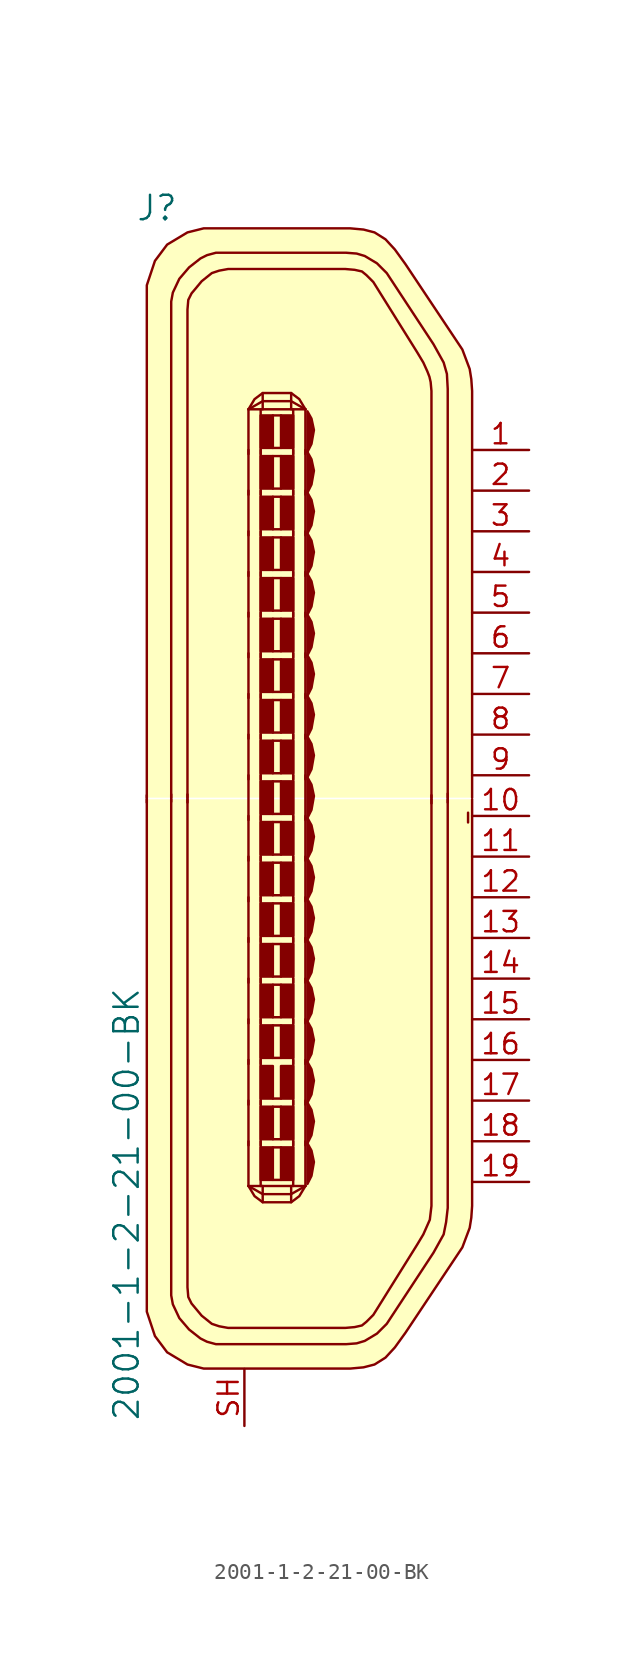
<source format=kicad_sym>
(kicad_symbol_lib
  (version 20201005)
  (generator kicad_symbol_editor)
  (symbol "2001-1-2-21-00-BK"
    (pin_names
      (offset 1.016))
    (property "Reference" "J"
      (at -8.001 37.973 0)
      (effects (font (size 1.524 1.524))))
    (property "Value" "2001-1-2-21-00-BK"
      (at -9.906 -24.257 90)
      (effects (font (size 1.524 1.524))))
    (symbol "2001-1-2-21-00-BK_0_1"
      (rectangle (start -1.524 -20.701) (end -0.762 -22.733) (stroke (width 0)) (fill (type outline)))
      (rectangle (start -1.524 -18.161) (end -0.762 -20.193) (stroke (width 0)) (fill (type outline)))
      (rectangle (start -1.524 -15.621) (end -0.762 -17.653) (stroke (width 0)) (fill (type outline)))
      (rectangle (start -1.524 -13.081) (end -0.762 -15.113) (stroke (width 0)) (fill (type outline)))
      (rectangle (start -1.524 -10.541) (end -0.762 -12.573) (stroke (width 0)) (fill (type outline)))
      (rectangle (start -1.524 -8.001) (end -0.762 -10.033) (stroke (width 0)) (fill (type outline)))
      (rectangle (start -1.524 -5.461) (end -0.762 -7.493) (stroke (width 0)) (fill (type outline)))
      (rectangle (start -1.524 -2.921) (end -0.762 -4.953) (stroke (width 0)) (fill (type outline)))
      (rectangle (start -1.524 -0.381) (end -0.762 -2.413) (stroke (width 0)) (fill (type outline)))
      (rectangle (start -1.524 2.159) (end -0.762 0.127) (stroke (width 0)) (fill (type outline)))
      (rectangle (start -1.524 4.699) (end -0.762 2.667) (stroke (width 0)) (fill (type outline)))
      (rectangle (start -1.524 7.239) (end -0.762 5.207) (stroke (width 0)) (fill (type outline)))
      (rectangle (start -1.524 9.779) (end -0.762 7.747) (stroke (width 0)) (fill (type outline)))
      (rectangle (start -1.524 12.319) (end -0.762 10.287) (stroke (width 0)) (fill (type outline)))
      (rectangle (start -1.524 14.859) (end -0.762 12.827) (stroke (width 0)) (fill (type outline)))
      (rectangle (start -1.524 17.399) (end -0.762 15.367) (stroke (width 0)) (fill (type outline)))
      (rectangle (start -1.524 19.939) (end -0.762 17.907) (stroke (width 0)) (fill (type outline)))
      (rectangle (start -1.524 22.479) (end -0.762 20.447) (stroke (width 0)) (fill (type outline)))
      (rectangle (start -1.524 25.019) (end -0.762 22.987) (stroke (width 0)) (fill (type outline)))
      (rectangle (start 0.508 -20.701) (end -0.254 -22.733) (stroke (width 0)) (fill (type outline)))
      (rectangle (start 0.508 -18.161) (end -0.254 -20.193) (stroke (width 0)) (fill (type outline)))
      (rectangle (start 0.508 -15.621) (end -0.254 -17.653) (stroke (width 0)) (fill (type outline)))
      (rectangle (start 0.508 -13.081) (end -0.254 -15.113) (stroke (width 0)) (fill (type outline)))
      (rectangle (start 0.508 -10.541) (end -0.254 -12.573) (stroke (width 0)) (fill (type outline)))
      (rectangle (start 0.508 -8.001) (end -0.254 -10.033) (stroke (width 0)) (fill (type outline)))
      (rectangle (start 0.508 -5.461) (end -0.254 -7.493) (stroke (width 0)) (fill (type outline)))
      (rectangle (start 0.508 -2.921) (end -0.254 -4.953) (stroke (width 0)) (fill (type outline)))
      (rectangle (start 0.508 -0.381) (end -0.254 -2.413) (stroke (width 0)) (fill (type outline)))
      (rectangle (start 0.508 2.159) (end -0.254 0.127) (stroke (width 0)) (fill (type outline)))
      (rectangle (start 0.508 4.699) (end -0.254 2.667) (stroke (width 0)) (fill (type outline)))
      (rectangle (start 0.508 7.239) (end -0.254 5.207) (stroke (width 0)) (fill (type outline)))
      (rectangle (start 0.508 9.779) (end -0.254 7.747) (stroke (width 0)) (fill (type outline)))
      (rectangle (start 0.508 12.319) (end -0.254 10.287) (stroke (width 0)) (fill (type outline)))
      (rectangle (start 0.508 14.859) (end -0.254 12.827) (stroke (width 0)) (fill (type outline)))
      (rectangle (start 0.508 17.399) (end -0.254 15.367) (stroke (width 0)) (fill (type outline)))
      (rectangle (start 0.508 19.939) (end -0.254 17.907) (stroke (width 0)) (fill (type outline)))
      (rectangle (start 0.508 22.479) (end -0.254 20.447) (stroke (width 0)) (fill (type outline)))
      (rectangle (start 0.508 25.019) (end -0.254 22.987) (stroke (width 0)) (fill (type outline)))
      (polyline (pts (xy -8.636 1.295) (xy -8.636 0.838)) (stroke (width 0)) (fill (type none)))
      (polyline (pts (xy -7.112 1.346) (xy -7.112 0.889)) (stroke (width 0)) (fill (type none)))
      (polyline (pts (xy -6.096 1.346) (xy -6.096 0.838)) (stroke (width 0)) (fill (type none)))
      (polyline (pts (xy -2.286 -23.114) (xy 1.27 -23.114)) (stroke (width 0)) (fill (type none)))
      (polyline (pts (xy -2.286 -20.32) (xy -2.286 -23.114)) (stroke (width 0)) (fill (type none)))
      (polyline (pts (xy -2.286 -17.78) (xy -2.286 -20.574)) (stroke (width 0)) (fill (type none)))
      (polyline (pts (xy -2.286 -15.24) (xy -2.286 -18.034)) (stroke (width 0)) (fill (type none)))
      (polyline (pts (xy -2.286 -12.7) (xy -2.286 -15.494)) (stroke (width 0)) (fill (type none)))
      (polyline (pts (xy -2.286 -10.16) (xy -2.286 -12.954)) (stroke (width 0)) (fill (type none)))
      (polyline (pts (xy -2.286 -7.62) (xy -2.286 -10.414)) (stroke (width 0)) (fill (type none)))
      (polyline (pts (xy -2.286 -5.08) (xy -2.286 -7.874)) (stroke (width 0)) (fill (type none)))
      (polyline (pts (xy -2.286 -2.54) (xy -2.286 -5.334)) (stroke (width 0)) (fill (type none)))
      (polyline (pts (xy -2.286 0) (xy -2.286 -2.794)) (stroke (width 0)) (fill (type none)))
      (polyline (pts (xy -2.286 2.54) (xy -2.286 -0.254)) (stroke (width 0)) (fill (type none)))
      (polyline (pts (xy -2.286 5.08) (xy -2.286 2.286)) (stroke (width 0)) (fill (type none)))
      (polyline (pts (xy -2.286 7.62) (xy -2.286 4.826)) (stroke (width 0)) (fill (type none)))
      (polyline (pts (xy -2.286 10.16) (xy -2.286 7.366)) (stroke (width 0)) (fill (type none)))
      (polyline (pts (xy -2.286 12.7) (xy -2.286 9.906)) (stroke (width 0)) (fill (type none)))
      (polyline (pts (xy -2.286 15.24) (xy -2.286 12.446)) (stroke (width 0)) (fill (type none)))
      (polyline (pts (xy -2.286 17.78) (xy -2.286 14.986)) (stroke (width 0)) (fill (type none)))
      (polyline (pts (xy -2.286 20.32) (xy -2.286 17.526)) (stroke (width 0)) (fill (type none)))
      (polyline (pts (xy -2.286 22.86) (xy -2.286 20.066)) (stroke (width 0)) (fill (type none)))
      (polyline (pts (xy -2.286 25.4) (xy -2.286 22.606)) (stroke (width 0)) (fill (type none)))
      (polyline (pts (xy -2.286 25.4) (xy 1.27 25.4)) (stroke (width 0)) (fill (type none)))
      (polyline (pts (xy -1.524 -20.32) (xy -1.524 -23.114)) (stroke (width 0)) (fill (type none)))
      (polyline (pts (xy -1.524 -17.78) (xy -1.524 -20.574)) (stroke (width 0)) (fill (type none)))
      (polyline (pts (xy -1.524 -15.24) (xy -1.524 -18.034)) (stroke (width 0)) (fill (type none)))
      (polyline (pts (xy -1.524 -12.7) (xy -1.524 -15.494)) (stroke (width 0)) (fill (type none)))
      (polyline (pts (xy -1.524 -10.16) (xy -1.524 -12.954)) (stroke (width 0)) (fill (type none)))
      (polyline (pts (xy -1.524 -7.62) (xy -1.524 -10.414)) (stroke (width 0)) (fill (type none)))
      (polyline (pts (xy -1.524 -5.08) (xy -1.524 -7.874)) (stroke (width 0)) (fill (type none)))
      (polyline (pts (xy -1.524 -2.54) (xy -1.524 -5.334)) (stroke (width 0)) (fill (type none)))
      (polyline (pts (xy -1.524 0) (xy -1.524 -2.794)) (stroke (width 0)) (fill (type none)))
      (polyline (pts (xy -1.524 2.54) (xy -1.524 -0.254)) (stroke (width 0)) (fill (type none)))
      (polyline (pts (xy -1.524 5.08) (xy -1.524 2.286)) (stroke (width 0)) (fill (type none)))
      (polyline (pts (xy -1.524 7.62) (xy -1.524 4.826)) (stroke (width 0)) (fill (type none)))
      (polyline (pts (xy -1.524 10.16) (xy -1.524 7.366)) (stroke (width 0)) (fill (type none)))
      (polyline (pts (xy -1.524 12.7) (xy -1.524 9.906)) (stroke (width 0)) (fill (type none)))
      (polyline (pts (xy -1.524 15.24) (xy -1.524 12.446)) (stroke (width 0)) (fill (type none)))
      (polyline (pts (xy -1.524 17.78) (xy -1.524 14.986)) (stroke (width 0)) (fill (type none)))
      (polyline (pts (xy -1.524 20.32) (xy -1.524 17.526)) (stroke (width 0)) (fill (type none)))
      (polyline (pts (xy -1.524 22.86) (xy -1.524 20.066)) (stroke (width 0)) (fill (type none)))
      (polyline (pts (xy -1.524 25.4) (xy -1.524 22.606)) (stroke (width 0)) (fill (type none)))
      (polyline (pts (xy -1.397 -23.114) (xy -1.397 -24.13)) (stroke (width 0)) (fill (type none)))
      (polyline (pts (xy -1.397 25.4) (xy -1.397 26.416)) (stroke (width 0)) (fill (type none)))
      (polyline (pts (xy -0.762 -22.733) (xy -0.254 -22.733)) (stroke (width 0)) (fill (type none)))
      (polyline (pts (xy -0.762 -20.701) (xy -0.254 -20.701)) (stroke (width 0)) (fill (type none)))
      (polyline (pts (xy -0.762 -20.193) (xy -0.254 -20.193)) (stroke (width 0)) (fill (type none)))
      (polyline (pts (xy -0.762 -18.161) (xy -0.254 -18.161)) (stroke (width 0)) (fill (type none)))
      (polyline (pts (xy -0.762 -17.653) (xy -0.254 -17.653)) (stroke (width 0)) (fill (type none)))
      (polyline (pts (xy -0.762 -15.113) (xy -0.254 -15.113)) (stroke (width 0)) (fill (type none)))
      (polyline (pts (xy -0.762 -13.081) (xy -0.254 -13.081)) (stroke (width 0)) (fill (type none)))
      (polyline (pts (xy -0.762 -12.573) (xy -0.254 -12.573)) (stroke (width 0)) (fill (type none)))
      (polyline (pts (xy -0.762 -10.541) (xy -0.254 -10.541)) (stroke (width 0)) (fill (type none)))
      (polyline (pts (xy -0.762 -10.033) (xy -0.254 -10.033)) (stroke (width 0)) (fill (type none)))
      (polyline (pts (xy -0.762 -8.001) (xy -0.254 -8.001)) (stroke (width 0)) (fill (type none)))
      (polyline (pts (xy -0.762 -7.493) (xy -0.254 -7.493)) (stroke (width 0)) (fill (type none)))
      (polyline (pts (xy -0.762 -5.461) (xy -0.254 -5.461)) (stroke (width 0)) (fill (type none)))
      (polyline (pts (xy -0.762 -4.953) (xy -0.254 -4.953)) (stroke (width 0)) (fill (type none)))
      (polyline (pts (xy -0.762 -2.921) (xy -0.254 -2.921)) (stroke (width 0)) (fill (type none)))
      (polyline (pts (xy -0.762 -2.413) (xy -0.254 -2.413)) (stroke (width 0)) (fill (type none)))
      (polyline (pts (xy -0.762 -0.381) (xy -0.254 -0.381)) (stroke (width 0)) (fill (type none)))
      (polyline (pts (xy -0.762 0.127) (xy -0.254 0.127)) (stroke (width 0)) (fill (type none)))
      (polyline (pts (xy -0.762 2.159) (xy -0.254 2.159)) (stroke (width 0)) (fill (type none)))
      (polyline (pts (xy -0.762 2.667) (xy -0.254 2.667)) (stroke (width 0)) (fill (type none)))
      (polyline (pts (xy -0.762 4.699) (xy -0.254 4.699)) (stroke (width 0)) (fill (type none)))
      (polyline (pts (xy -0.762 5.207) (xy -0.254 5.207)) (stroke (width 0)) (fill (type none)))
      (polyline (pts (xy -0.762 7.239) (xy -0.254 7.239)) (stroke (width 0)) (fill (type none)))
      (polyline (pts (xy -0.762 7.747) (xy -0.254 7.747)) (stroke (width 0)) (fill (type none)))
      (polyline (pts (xy -0.762 9.779) (xy -0.254 9.779)) (stroke (width 0)) (fill (type none)))
      (polyline (pts (xy -0.762 10.287) (xy -0.254 10.287)) (stroke (width 0)) (fill (type none)))
      (polyline (pts (xy -0.762 12.319) (xy -0.254 12.319)) (stroke (width 0)) (fill (type none)))
      (polyline (pts (xy -0.762 12.827) (xy -0.254 12.827)) (stroke (width 0)) (fill (type none)))
      (polyline (pts (xy -0.762 14.859) (xy -0.254 14.859)) (stroke (width 0)) (fill (type none)))
      (polyline (pts (xy -0.762 15.367) (xy -0.254 15.367)) (stroke (width 0)) (fill (type none)))
      (polyline (pts (xy -0.762 17.399) (xy -0.254 17.399)) (stroke (width 0)) (fill (type none)))
      (polyline (pts (xy -0.762 17.907) (xy -0.254 17.907)) (stroke (width 0)) (fill (type none)))
      (polyline (pts (xy -0.762 19.939) (xy -0.254 19.939)) (stroke (width 0)) (fill (type none)))
      (polyline (pts (xy -0.762 20.447) (xy -0.254 20.447)) (stroke (width 0)) (fill (type none)))
      (polyline (pts (xy -0.762 22.479) (xy -0.254 22.479)) (stroke (width 0)) (fill (type none)))
      (polyline (pts (xy -0.762 22.987) (xy -0.254 22.987)) (stroke (width 0)) (fill (type none)))
      (polyline (pts (xy -0.762 25.019) (xy -0.254 25.019)) (stroke (width 0)) (fill (type none)))
      (polyline (pts (xy 0.381 -23.114) (xy 0.381 -24.13)) (stroke (width 0)) (fill (type none)))
      (polyline (pts (xy 0.381 25.4) (xy 0.381 26.416)) (stroke (width 0)) (fill (type none)))
      (polyline (pts (xy 1.27 -20.32) (xy 1.27 -23.114)) (stroke (width 0)) (fill (type none)))
      (polyline (pts (xy 1.27 -17.78) (xy 1.27 -20.574)) (stroke (width 0)) (fill (type none)))
      (polyline (pts (xy 1.27 -15.24) (xy 1.27 -18.034)) (stroke (width 0)) (fill (type none)))
      (polyline (pts (xy 1.27 -12.7) (xy 1.27 -15.494)) (stroke (width 0)) (fill (type none)))
      (polyline (pts (xy 1.27 -10.16) (xy 1.27 -12.954)) (stroke (width 0)) (fill (type none)))
      (polyline (pts (xy 1.27 -7.62) (xy 1.27 -10.414)) (stroke (width 0)) (fill (type none)))
      (polyline (pts (xy 1.27 -5.08) (xy 1.27 -7.874)) (stroke (width 0)) (fill (type none)))
      (polyline (pts (xy 1.27 -2.54) (xy 1.27 -5.334)) (stroke (width 0)) (fill (type none)))
      (polyline (pts (xy 1.27 0) (xy 1.27 -2.794)) (stroke (width 0)) (fill (type none)))
      (polyline (pts (xy 1.27 2.54) (xy 1.27 -0.254)) (stroke (width 0)) (fill (type none)))
      (polyline (pts (xy 1.27 5.08) (xy 1.27 2.286)) (stroke (width 0)) (fill (type none)))
      (polyline (pts (xy 1.27 7.62) (xy 1.27 4.826)) (stroke (width 0)) (fill (type none)))
      (polyline (pts (xy 1.27 10.16) (xy 1.27 7.366)) (stroke (width 0)) (fill (type none)))
      (polyline (pts (xy 1.27 12.7) (xy 1.27 9.906)) (stroke (width 0)) (fill (type none)))
      (polyline (pts (xy 1.27 15.24) (xy 1.27 12.446)) (stroke (width 0)) (fill (type none)))
      (polyline (pts (xy 1.27 17.78) (xy 1.27 14.986)) (stroke (width 0)) (fill (type none)))
      (polyline (pts (xy 1.27 20.32) (xy 1.27 17.526)) (stroke (width 0)) (fill (type none)))
      (polyline (pts (xy 1.27 22.86) (xy 1.27 20.066)) (stroke (width 0)) (fill (type none)))
      (polyline (pts (xy 1.27 25.4) (xy 1.27 22.606)) (stroke (width 0)) (fill (type none)))
      (polyline (pts (xy 9.144 1.295) (xy 9.144 0.787)) (stroke (width 0)) (fill (type none)))
      (polyline (pts (xy 10.16 1.397) (xy 10.16 0.838)) (stroke (width 0)) (fill (type none)))
      (polyline (pts (xy 11.43 0.203) (xy 11.43 -0.406)) (stroke (width 0)) (fill (type none)))
      (polyline (pts (xy 0.508 -20.32) (xy 0.508 -22.733) (xy 0.508 -23.114)) (stroke (width 0)) (fill (type none)))
      (polyline (pts (xy 0.508 -17.78) (xy 0.508 -20.193) (xy 0.508 -20.574)) (stroke (width 0)) (fill (type none)))
      (polyline (pts (xy 0.508 -15.24) (xy 0.508 -17.653) (xy 0.508 -18.034)) (stroke (width 0)) (fill (type none)))
      (polyline (pts (xy 0.508 -12.7) (xy 0.508 -15.113) (xy 0.508 -15.494)) (stroke (width 0)) (fill (type none)))
      (polyline (pts (xy 0.508 -10.16) (xy 0.508 -12.573) (xy 0.508 -12.954)) (stroke (width 0)) (fill (type none)))
      (polyline (pts (xy 0.508 -7.62) (xy 0.508 -10.033) (xy 0.508 -10.414)) (stroke (width 0)) (fill (type none)))
      (polyline (pts (xy 0.508 -5.08) (xy 0.508 -7.493) (xy 0.508 -7.874)) (stroke (width 0)) (fill (type none)))
      (polyline (pts (xy 0.508 -2.54) (xy 0.508 -4.953) (xy 0.508 -5.334)) (stroke (width 0)) (fill (type none)))
      (polyline (pts (xy 0.508 0) (xy 0.508 -2.413) (xy 0.508 -2.794)) (stroke (width 0)) (fill (type none)))
      (polyline (pts (xy 0.508 2.54) (xy 0.508 0.127) (xy 0.508 -0.254)) (stroke (width 0)) (fill (type none)))
      (polyline (pts (xy 0.508 5.08) (xy 0.508 2.667) (xy 0.508 2.286)) (stroke (width 0)) (fill (type none)))
      (polyline (pts (xy 0.508 7.62) (xy 0.508 5.207) (xy 0.508 4.826)) (stroke (width 0)) (fill (type none)))
      (polyline (pts (xy 0.508 10.16) (xy 0.508 7.747) (xy 0.508 7.366)) (stroke (width 0)) (fill (type none)))
      (polyline (pts (xy 0.508 12.7) (xy 0.508 10.287) (xy 0.508 9.906)) (stroke (width 0)) (fill (type none)))
      (polyline (pts (xy 0.508 15.24) (xy 0.508 12.827) (xy 0.508 12.446)) (stroke (width 0)) (fill (type none)))
      (polyline (pts (xy 0.508 17.78) (xy 0.508 15.367) (xy 0.508 14.986)) (stroke (width 0)) (fill (type none)))
      (polyline (pts (xy 0.508 20.32) (xy 0.508 17.907) (xy 0.508 17.526)) (stroke (width 0)) (fill (type none)))
      (polyline (pts (xy 0.508 22.86) (xy 0.508 20.447) (xy 0.508 20.066)) (stroke (width 0)) (fill (type none)))
      (polyline (pts (xy 0.508 25.4) (xy 0.508 22.987) (xy 0.508 22.606)) (stroke (width 0)) (fill (type none)))
      (polyline (pts (xy -2.286 -23.114) (xy -1.397 -23.622) (xy 0.381 -23.622) (xy 1.27 -23.114)) (stroke (width 0)) (fill (type none)))
      (polyline (pts (xy -2.286 25.4) (xy -1.397 25.908) (xy 0.381 25.908) (xy 1.27 25.4)) (stroke (width 0)) (fill (type none)))
      (polyline (pts (xy -2.286 -23.114) (xy -1.905 -23.749) (xy -1.397 -24.13) (xy 0.381 -24.13) (xy 0.889 -23.749) (xy 1.27 -23.114)) (stroke (width 0)) (fill (type none)))
      (polyline (pts (xy -2.286 25.4) (xy -1.905 26.035) (xy -1.397 26.416) (xy 0.381 26.416) (xy 0.889 26.035) (xy 1.27 25.4)) (stroke (width 0)) (fill (type none)))
      (polyline (pts (xy 1.397 -20.447) (xy 1.397 -22.987) (xy 1.651 -22.479) (xy 1.803 -21.615) (xy 1.651 -20.904) (xy 1.397 -20.447)) (stroke (width 0)) (fill (type outline)))
      (polyline (pts (xy 1.397 -17.907) (xy 1.397 -20.447) (xy 1.651 -19.939) (xy 1.803 -19.075) (xy 1.651 -18.364) (xy 1.397 -17.907)) (stroke (width 0)) (fill (type outline)))
      (polyline (pts (xy 1.397 -15.367) (xy 1.397 -17.907) (xy 1.651 -17.399) (xy 1.803 -16.535) (xy 1.651 -15.824) (xy 1.397 -15.367)) (stroke (width 0)) (fill (type outline)))
      (polyline (pts (xy 1.397 -12.827) (xy 1.397 -15.367) (xy 1.651 -14.859) (xy 1.803 -13.995) (xy 1.651 -13.284) (xy 1.397 -12.827)) (stroke (width 0)) (fill (type outline)))
      (polyline (pts (xy 1.397 -10.287) (xy 1.397 -12.827) (xy 1.651 -12.319) (xy 1.803 -11.455) (xy 1.651 -10.744) (xy 1.397 -10.287)) (stroke (width 0)) (fill (type outline)))
      (polyline (pts (xy 1.397 -7.747) (xy 1.397 -10.287) (xy 1.651 -9.779) (xy 1.803 -8.915) (xy 1.651 -8.204) (xy 1.397 -7.747)) (stroke (width 0)) (fill (type outline)))
      (polyline (pts (xy 1.397 -5.207) (xy 1.397 -7.747) (xy 1.651 -7.239) (xy 1.803 -6.375) (xy 1.651 -5.664) (xy 1.397 -5.207)) (stroke (width 0)) (fill (type outline)))
      (polyline (pts (xy 1.397 -2.667) (xy 1.397 -5.207) (xy 1.651 -4.699) (xy 1.803 -3.835) (xy 1.651 -3.124) (xy 1.397 -2.667)) (stroke (width 0)) (fill (type outline)))
      (polyline (pts (xy 1.397 -0.127) (xy 1.397 -2.667) (xy 1.651 -2.159) (xy 1.803 -1.295) (xy 1.651 -0.584) (xy 1.397 -0.127)) (stroke (width 0)) (fill (type outline)))
      (polyline (pts (xy 1.397 2.413) (xy 1.397 -0.127) (xy 1.651 0.381) (xy 1.803 1.245) (xy 1.651 1.956) (xy 1.397 2.413)) (stroke (width 0)) (fill (type outline)))
      (polyline (pts (xy 1.397 4.953) (xy 1.397 2.413) (xy 1.651 2.921) (xy 1.803 3.785) (xy 1.651 4.496) (xy 1.397 4.953)) (stroke (width 0)) (fill (type outline)))
      (polyline (pts (xy 1.397 7.493) (xy 1.397 4.953) (xy 1.651 5.461) (xy 1.803 6.325) (xy 1.651 7.036) (xy 1.397 7.493)) (stroke (width 0)) (fill (type outline)))
      (polyline (pts (xy 1.397 10.033) (xy 1.397 7.493) (xy 1.651 8.001) (xy 1.803 8.865) (xy 1.651 9.576) (xy 1.397 10.033)) (stroke (width 0)) (fill (type outline)))
      (polyline (pts (xy 1.397 12.573) (xy 1.397 10.033) (xy 1.651 10.541) (xy 1.803 11.405) (xy 1.651 12.116) (xy 1.397 12.573)) (stroke (width 0)) (fill (type outline)))
      (polyline (pts (xy 1.397 15.113) (xy 1.397 12.573) (xy 1.651 13.081) (xy 1.803 13.945) (xy 1.651 14.656) (xy 1.397 15.113)) (stroke (width 0)) (fill (type outline)))
      (polyline (pts (xy 1.397 17.653) (xy 1.397 15.113) (xy 1.651 15.621) (xy 1.803 16.485) (xy 1.651 17.196) (xy 1.397 17.653)) (stroke (width 0)) (fill (type outline)))
      (polyline (pts (xy 1.397 20.193) (xy 1.397 17.653) (xy 1.651 18.161) (xy 1.803 19.025) (xy 1.651 19.736) (xy 1.397 20.193)) (stroke (width 0)) (fill (type outline)))
      (polyline (pts (xy 1.397 22.733) (xy 1.397 20.193) (xy 1.651 20.701) (xy 1.803 21.565) (xy 1.651 22.276) (xy 1.397 22.733)) (stroke (width 0)) (fill (type outline)))
      (polyline (pts (xy 1.397 25.273) (xy 1.397 22.733) (xy 1.651 23.241) (xy 1.803 24.105) (xy 1.651 24.816) (xy 1.397 25.273)) (stroke (width 0)) (fill (type outline)))
      (polyline (pts (xy 9.144 1.041) (xy 9.144 -24.359) (xy 9.042 -25.222) (xy 8.636 -26.137) (xy 8.255 -26.772) (xy 5.512 -31.166) (xy 5.08 -31.598) (xy 4.801 -31.826) (xy 4.343 -31.928) (xy 3.759 -31.979) (xy -3.556 -31.979) (xy -4.115 -31.877) (xy -4.572 -31.725) (xy -5.207 -31.217) (xy -5.842 -30.455) (xy -6.045 -30.048) (xy -6.096 -29.439) (xy -6.096 1.041)) (stroke (width 0)) (fill (type none)))
      (polyline (pts (xy 11.684 1.041) (xy 11.684 -24.359) (xy 11.633 -25.095) (xy 11.532 -25.73) (xy 11.074 -26.949) (xy 7.518 -32.283) (xy 6.858 -33.198) (xy 6.274 -33.833) (xy 5.588 -34.265) (xy 4.902 -34.442) (xy 4.064 -34.519) (xy -3.556 -34.519) (xy -5.08 -34.519) (xy -6.096 -34.265) (xy -7.366 -33.503) (xy -8.128 -32.487) (xy -8.636 -30.963) (xy -8.636 -29.439) (xy -8.636 1.041)) (stroke (width 0)) (fill (type background)))
      (polyline (pts (xy 11.684 1.143) (xy 11.684 26.543) (xy 11.633 27.28) (xy 11.532 27.915) (xy 11.074 29.134) (xy 7.518 34.468) (xy 6.858 35.382) (xy 6.274 36.017) (xy 5.588 36.449) (xy 4.902 36.627) (xy 4.064 36.703) (xy -3.556 36.703) (xy -5.08 36.703) (xy -6.096 36.449) (xy -7.366 35.687) (xy -8.128 34.671) (xy -8.636 33.147) (xy -8.636 31.623) (xy -8.636 1.143)) (stroke (width 0)) (fill (type background)))
      (polyline (pts (xy -7.112 1.041) (xy -7.112 -29.947) (xy -7.01 -30.505) (xy -6.604 -31.369) (xy -5.994 -32.08) (xy -5.283 -32.639) (xy -4.877 -32.842) (xy -4.318 -32.995) (xy -3.048 -32.995) (xy 3.81 -32.995) (xy 4.47 -32.944) (xy 4.978 -32.791) (xy 5.74 -32.334) (xy 6.35 -31.725) (xy 9.271 -27.28) (xy 9.906 -26.137) (xy 10.058 -25.375) (xy 10.16 -24.486) (xy 10.16 -24.359) (xy 10.16 1.041)) (stroke (width 0)) (fill (type none)))
      (polyline (pts (xy -7.112 1.143) (xy -7.112 32.131) (xy -7.01 32.69) (xy -6.604 33.553) (xy -5.994 34.265) (xy -5.283 34.823) (xy -4.877 35.027) (xy -4.318 35.179) (xy -3.048 35.179) (xy 3.81 35.179) (xy 4.47 35.128) (xy 4.978 34.976) (xy 5.74 34.519) (xy 6.35 33.909) (xy 9.271 29.464) (xy 9.906 28.321) (xy 10.109 27.61) (xy 10.16 26.67) (xy 10.16 26.543) (xy 10.16 1.143)) (stroke (width 0)) (fill (type none)))
      (polyline (pts (xy 9.144 1.143) (xy 9.144 26.543) (xy 9.093 27.102) (xy 9.017 27.432) (xy 8.89 27.762) (xy 8.636 28.321) (xy 8.255 28.956) (xy 5.512 33.35) (xy 5.08 33.782) (xy 4.801 34.011) (xy 4.343 34.112) (xy 3.759 34.163) (xy -3.556 34.163) (xy -4.115 34.061) (xy -4.572 33.909) (xy -5.207 33.401) (xy -5.842 32.639) (xy -6.045 32.233) (xy -6.096 31.623) (xy -6.096 1.143)) (stroke (width 0)) (fill (type none))))
    (symbol "2001-1-2-21-00-BK_1_1"
      (pin passive line (at 15.24 22.86 180) (length 3.556) (name "~" (effects (font (size 1.27 1.27)))) (number "1" (effects (font (size 1.27 1.27)))))
      (pin passive line (at 15.24 20.32 180) (length 3.556) (name "~" (effects (font (size 1.27 1.27)))) (number "2" (effects (font (size 1.27 1.27)))))
      (pin passive line (at 15.24 17.78 180) (length 3.556) (name "~" (effects (font (size 1.27 1.27)))) (number "3" (effects (font (size 1.27 1.27)))))
      (pin passive line (at 15.24 15.24 180) (length 3.556) (name "~" (effects (font (size 1.27 1.27)))) (number "4" (effects (font (size 1.27 1.27)))))
      (pin passive line (at 15.24 12.7 180) (length 3.556) (name "~" (effects (font (size 1.27 1.27)))) (number "5" (effects (font (size 1.27 1.27)))))
      (pin passive line (at 15.24 10.16 180) (length 3.556) (name "~" (effects (font (size 1.27 1.27)))) (number "6" (effects (font (size 1.27 1.27)))))
      (pin passive line (at 15.24 7.62 180) (length 3.556) (name "~" (effects (font (size 1.27 1.27)))) (number "7" (effects (font (size 1.27 1.27)))))
      (pin passive line (at 15.24 5.08 180) (length 3.556) (name "~" (effects (font (size 1.27 1.27)))) (number "8" (effects (font (size 1.27 1.27)))))
      (pin passive line (at 15.24 2.54 180) (length 3.556) (name "~" (effects (font (size 1.27 1.27)))) (number "9" (effects (font (size 1.27 1.27)))))
      (pin passive line (at 15.24 0 180) (length 3.556) (name "~" (effects (font (size 1.27 1.27)))) (number "10" (effects (font (size 1.27 1.27)))))
      (pin passive line (at 15.24 -2.54 180) (length 3.556) (name "~" (effects (font (size 1.27 1.27)))) (number "11" (effects (font (size 1.27 1.27)))))
      (pin passive line (at 15.24 -5.08 180) (length 3.556) (name "~" (effects (font (size 1.27 1.27)))) (number "12" (effects (font (size 1.27 1.27)))))
      (pin passive line (at 15.24 -7.62 180) (length 3.556) (name "~" (effects (font (size 1.27 1.27)))) (number "13" (effects (font (size 1.27 1.27)))))
      (pin passive line (at 15.24 -10.16 180) (length 3.556) (name "~" (effects (font (size 1.27 1.27)))) (number "14" (effects (font (size 1.27 1.27)))))
      (pin passive line (at 15.24 -12.7 180) (length 3.556) (name "~" (effects (font (size 1.27 1.27)))) (number "15" (effects (font (size 1.27 1.27)))))
      (pin passive line (at 15.24 -15.24 180) (length 3.556) (name "~" (effects (font (size 1.27 1.27)))) (number "16" (effects (font (size 1.27 1.27)))))
      (pin passive line (at 15.24 -17.78 180) (length 3.556) (name "~" (effects (font (size 1.27 1.27)))) (number "17" (effects (font (size 1.27 1.27)))))
      (pin passive line (at 15.24 -20.32 180) (length 3.556) (name "~" (effects (font (size 1.27 1.27)))) (number "18" (effects (font (size 1.27 1.27)))))
      (pin passive line (at 15.24 -22.86 180) (length 3.556) (name "~" (effects (font (size 1.27 1.27)))) (number "19" (effects (font (size 1.27 1.27)))))
      (pin passive line (at -2.54 -38.1 90) (length 3.556) (name "~" (effects (font (size 1.27 1.27)))) (number "SH" (effects (font (size 1.27 1.27))))))))
</source>
